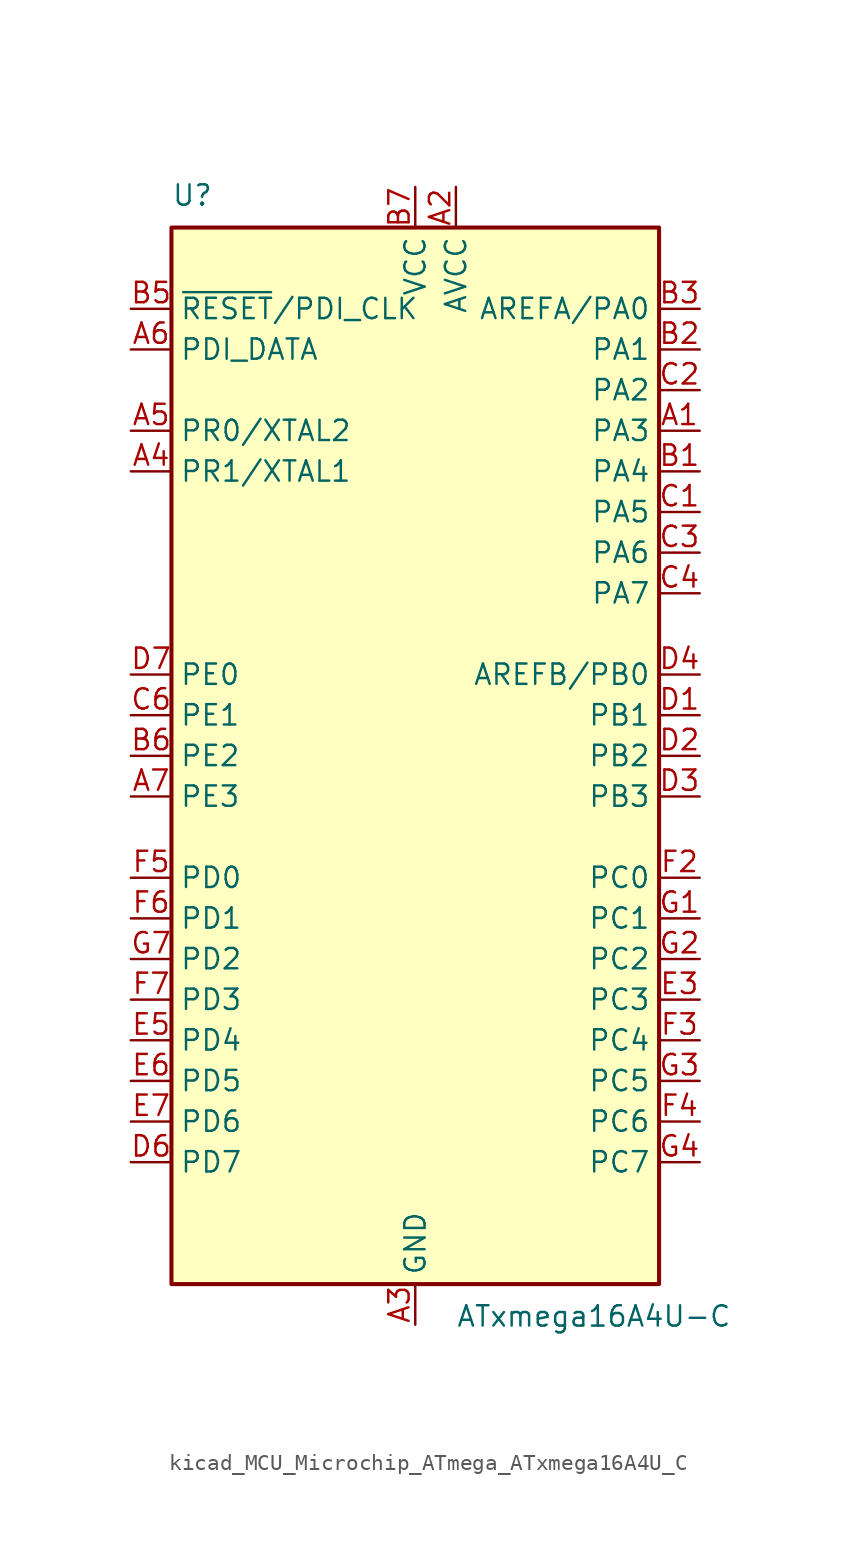
<source format=kicad_sym>
(kicad_symbol_lib
  (version 20220914)
  (generator kicad_symbol_editor)
  (symbol "kicad_MCU_Microchip_ATmega_ATxmega16A4U_C"
    (property "Reference" "U"
      (at -15.24 34.29 0)
      (effects (font (size 1.27 1.27)) (justify left bottom)))
    (property "Value" "ATxmega16A4U-C"
      (at 2.54 -34.29 0)
      (effects (font (size 1.27 1.27)) (justify left top)))
    (symbol "kicad_MCU_Microchip_ATmega_ATxmega16A4U_C_0_1"
      (rectangle (start -15.24 -33.02) (end 15.24 33.02) (stroke (width 0.254) (type default)) (fill (type background))))
    (symbol "kicad_MCU_Microchip_ATmega_ATxmega16A4U_C_1_1"
      (pin bidirectional line (at 17.78 20.32 180) (length 2.54) (name "PA3" (effects (font (size 1.27 1.27)))) (number "A1" (effects (font (size 1.27 1.27)))))
      (pin power_in line (at 2.54 35.56 270) (length 2.54) (name "AVCC" (effects (font (size 1.27 1.27)))) (number "A2" (effects (font (size 1.27 1.27)))))
      (pin power_in line (at 0 -35.56 90) (length 2.54) (name "GND" (effects (font (size 1.27 1.27)))) (number "A3" (effects (font (size 1.27 1.27)))))
      (pin bidirectional line (at -17.78 17.78 0) (length 2.54) (name "PR1/XTAL1" (effects (font (size 1.27 1.27)))) (number "A4" (effects (font (size 1.27 1.27)))))
      (pin bidirectional line (at -17.78 20.32 0) (length 2.54) (name "PR0/XTAL2" (effects (font (size 1.27 1.27)))) (number "A5" (effects (font (size 1.27 1.27)))))
      (pin bidirectional line (at -17.78 25.4 0) (length 2.54) (name "PDI_DATA" (effects (font (size 1.27 1.27)))) (number "A6" (effects (font (size 1.27 1.27)))))
      (pin bidirectional line (at -17.78 -2.54 0) (length 2.54) (name "PE3" (effects (font (size 1.27 1.27)))) (number "A7" (effects (font (size 1.27 1.27)))))
      (pin bidirectional line (at 17.78 17.78 180) (length 2.54) (name "PA4" (effects (font (size 1.27 1.27)))) (number "B1" (effects (font (size 1.27 1.27)))))
      (pin bidirectional line (at 17.78 25.4 180) (length 2.54) (name "PA1" (effects (font (size 1.27 1.27)))) (number "B2" (effects (font (size 1.27 1.27)))))
      (pin bidirectional line (at 17.78 27.94 180) (length 2.54) (name "AREFA/PA0" (effects (font (size 1.27 1.27)))) (number "B3" (effects (font (size 1.27 1.27)))))
      (pin passive line (at 0 -35.56 90) (length 2.54) hide (name "GND" (effects (font (size 1.27 1.27)))) (number "B4" (effects (font (size 1.27 1.27)))))
      (pin input line (at -17.78 27.94 0) (length 2.54) (name "~{RESET}/PDI_CLK" (effects (font (size 1.27 1.27)))) (number "B5" (effects (font (size 1.27 1.27)))))
      (pin bidirectional line (at -17.78 0 0) (length 2.54) (name "PE2" (effects (font (size 1.27 1.27)))) (number "B6" (effects (font (size 1.27 1.27)))))
      (pin power_in line (at 0 35.56 270) (length 2.54) (name "VCC" (effects (font (size 1.27 1.27)))) (number "B7" (effects (font (size 1.27 1.27)))))
      (pin bidirectional line (at 17.78 15.24 180) (length 2.54) (name "PA5" (effects (font (size 1.27 1.27)))) (number "C1" (effects (font (size 1.27 1.27)))))
      (pin bidirectional line (at 17.78 22.86 180) (length 2.54) (name "PA2" (effects (font (size 1.27 1.27)))) (number "C2" (effects (font (size 1.27 1.27)))))
      (pin bidirectional line (at 17.78 12.7 180) (length 2.54) (name "PA6" (effects (font (size 1.27 1.27)))) (number "C3" (effects (font (size 1.27 1.27)))))
      (pin bidirectional line (at 17.78 10.16 180) (length 2.54) (name "PA7" (effects (font (size 1.27 1.27)))) (number "C4" (effects (font (size 1.27 1.27)))))
      (pin passive line (at 0 -35.56 90) (length 2.54) hide (name "GND" (effects (font (size 1.27 1.27)))) (number "C5" (effects (font (size 1.27 1.27)))))
      (pin bidirectional line (at -17.78 2.54 0) (length 2.54) (name "PE1" (effects (font (size 1.27 1.27)))) (number "C6" (effects (font (size 1.27 1.27)))))
      (pin passive line (at 0 -35.56 90) (length 2.54) hide (name "GND" (effects (font (size 1.27 1.27)))) (number "C7" (effects (font (size 1.27 1.27)))))
      (pin bidirectional line (at 17.78 2.54 180) (length 2.54) (name "PB1" (effects (font (size 1.27 1.27)))) (number "D1" (effects (font (size 1.27 1.27)))))
      (pin bidirectional line (at 17.78 0 180) (length 2.54) (name "PB2" (effects (font (size 1.27 1.27)))) (number "D2" (effects (font (size 1.27 1.27)))))
      (pin bidirectional line (at 17.78 -2.54 180) (length 2.54) (name "PB3" (effects (font (size 1.27 1.27)))) (number "D3" (effects (font (size 1.27 1.27)))))
      (pin bidirectional line (at 17.78 5.08 180) (length 2.54) (name "AREFB/PB0" (effects (font (size 1.27 1.27)))) (number "D4" (effects (font (size 1.27 1.27)))))
      (pin passive line (at 0 -35.56 90) (length 2.54) hide (name "GND" (effects (font (size 1.27 1.27)))) (number "D5" (effects (font (size 1.27 1.27)))))
      (pin bidirectional line (at -17.78 -25.4 0) (length 2.54) (name "PD7" (effects (font (size 1.27 1.27)))) (number "D6" (effects (font (size 1.27 1.27)))))
      (pin bidirectional line (at -17.78 5.08 0) (length 2.54) (name "PE0" (effects (font (size 1.27 1.27)))) (number "D7" (effects (font (size 1.27 1.27)))))
      (pin passive line (at 0 -35.56 90) (length 2.54) hide (name "GND" (effects (font (size 1.27 1.27)))) (number "E1" (effects (font (size 1.27 1.27)))))
      (pin passive line (at 0 -35.56 90) (length 2.54) hide (name "GND" (effects (font (size 1.27 1.27)))) (number "E2" (effects (font (size 1.27 1.27)))))
      (pin bidirectional line (at 17.78 -15.24 180) (length 2.54) (name "PC3" (effects (font (size 1.27 1.27)))) (number "E3" (effects (font (size 1.27 1.27)))))
      (pin passive line (at 0 -35.56 90) (length 2.54) hide (name "GND" (effects (font (size 1.27 1.27)))) (number "E4" (effects (font (size 1.27 1.27)))))
      (pin bidirectional line (at -17.78 -17.78 0) (length 2.54) (name "PD4" (effects (font (size 1.27 1.27)))) (number "E5" (effects (font (size 1.27 1.27)))))
      (pin bidirectional line (at -17.78 -20.32 0) (length 2.54) (name "PD5" (effects (font (size 1.27 1.27)))) (number "E6" (effects (font (size 1.27 1.27)))))
      (pin bidirectional line (at -17.78 -22.86 0) (length 2.54) (name "PD6" (effects (font (size 1.27 1.27)))) (number "E7" (effects (font (size 1.27 1.27)))))
      (pin passive line (at 0 35.56 270) (length 2.54) hide (name "VCC" (effects (font (size 1.27 1.27)))) (number "F1" (effects (font (size 1.27 1.27)))))
      (pin bidirectional line (at 17.78 -7.62 180) (length 2.54) (name "PC0" (effects (font (size 1.27 1.27)))) (number "F2" (effects (font (size 1.27 1.27)))))
      (pin bidirectional line (at 17.78 -17.78 180) (length 2.54) (name "PC4" (effects (font (size 1.27 1.27)))) (number "F3" (effects (font (size 1.27 1.27)))))
      (pin bidirectional line (at 17.78 -22.86 180) (length 2.54) (name "PC6" (effects (font (size 1.27 1.27)))) (number "F4" (effects (font (size 1.27 1.27)))))
      (pin bidirectional line (at -17.78 -7.62 0) (length 2.54) (name "PD0" (effects (font (size 1.27 1.27)))) (number "F5" (effects (font (size 1.27 1.27)))))
      (pin bidirectional line (at -17.78 -10.16 0) (length 2.54) (name "PD1" (effects (font (size 1.27 1.27)))) (number "F6" (effects (font (size 1.27 1.27)))))
      (pin bidirectional line (at -17.78 -15.24 0) (length 2.54) (name "PD3" (effects (font (size 1.27 1.27)))) (number "F7" (effects (font (size 1.27 1.27)))))
      (pin bidirectional line (at 17.78 -10.16 180) (length 2.54) (name "PC1" (effects (font (size 1.27 1.27)))) (number "G1" (effects (font (size 1.27 1.27)))))
      (pin bidirectional line (at 17.78 -12.7 180) (length 2.54) (name "PC2" (effects (font (size 1.27 1.27)))) (number "G2" (effects (font (size 1.27 1.27)))))
      (pin bidirectional line (at 17.78 -20.32 180) (length 2.54) (name "PC5" (effects (font (size 1.27 1.27)))) (number "G3" (effects (font (size 1.27 1.27)))))
      (pin bidirectional line (at 17.78 -25.4 180) (length 2.54) (name "PC7" (effects (font (size 1.27 1.27)))) (number "G4" (effects (font (size 1.27 1.27)))))
      (pin passive line (at 0 -35.56 90) (length 2.54) hide (name "GND" (effects (font (size 1.27 1.27)))) (number "G5" (effects (font (size 1.27 1.27)))))
      (pin passive line (at 0 35.56 270) (length 2.54) hide (name "VCC" (effects (font (size 1.27 1.27)))) (number "G6" (effects (font (size 1.27 1.27)))))
      (pin bidirectional line (at -17.78 -12.7 0) (length 2.54) (name "PD2" (effects (font (size 1.27 1.27)))) (number "G7" (effects (font (size 1.27 1.27))))))))
</source>
